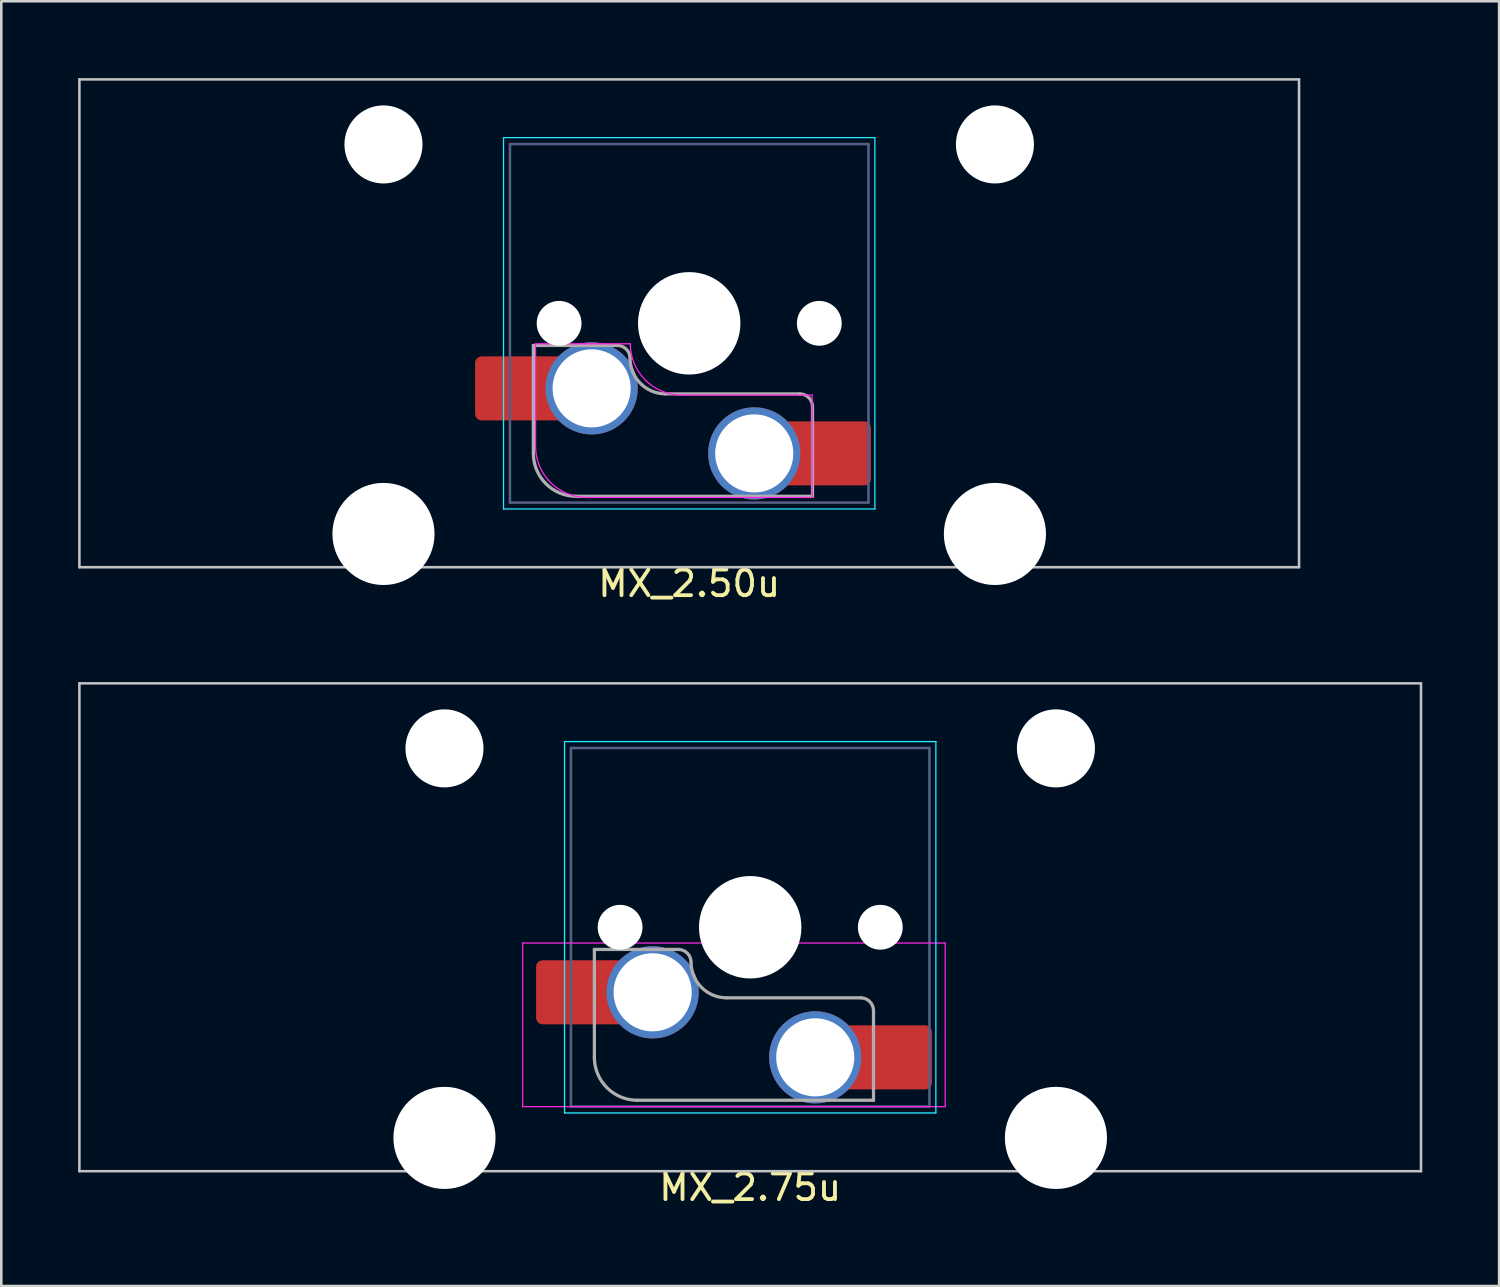
<source format=kicad_pcb>
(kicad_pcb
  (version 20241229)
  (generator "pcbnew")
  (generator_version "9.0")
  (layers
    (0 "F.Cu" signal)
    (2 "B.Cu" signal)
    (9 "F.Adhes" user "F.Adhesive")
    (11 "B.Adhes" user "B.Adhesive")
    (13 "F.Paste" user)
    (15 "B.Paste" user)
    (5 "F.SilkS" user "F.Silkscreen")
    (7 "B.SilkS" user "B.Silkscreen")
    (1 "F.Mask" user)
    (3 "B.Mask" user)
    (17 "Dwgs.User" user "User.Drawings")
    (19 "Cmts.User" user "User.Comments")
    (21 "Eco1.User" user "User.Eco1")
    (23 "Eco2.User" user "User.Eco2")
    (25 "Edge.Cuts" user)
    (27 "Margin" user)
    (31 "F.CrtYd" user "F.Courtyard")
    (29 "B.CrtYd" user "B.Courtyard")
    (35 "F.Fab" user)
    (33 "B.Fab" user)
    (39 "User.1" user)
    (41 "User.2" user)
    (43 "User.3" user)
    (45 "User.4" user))
  (footprint "MX_2.50u"
    (layer "F.Cu")
    (at 23.227 13.385)
    (property "Reference" "MX_2.50u" (at 0.635 6.35 0) (layer "F.SilkS") (effects (font (size 1 1) (thickness 0.15))))
    (attr smd)
    (fp_line (start -23.177 -13.335) (end -23.177 5.715) (stroke (width 0.1) (type solid)) (layer "Dwgs.User"))
    (fp_line (start -23.177 5.715) (end 24.448 5.715) (stroke (width 0.1) (type solid)) (layer "Dwgs.User"))
    (fp_line (start 24.448 -13.335) (end -23.177 -13.335) (stroke (width 0.1) (type solid)) (layer "Dwgs.User"))
    (fp_line (start 24.448 5.715) (end 24.448 -13.335) (stroke (width 0.1) (type solid)) (layer "Dwgs.User"))
    (fp_line (start -14.678 -9.34) (end -14.678 2.96) (stroke (width 0.1) (type solid)) (layer "Eco1.User"))
    (fp_line (start -14.678 2.96) (end -7.928 2.96) (stroke (width 0.1) (type solid)) (layer "Eco1.User"))
    (fp_line (start -7.928 -9.34) (end -14.678 -9.34) (stroke (width 0.1) (type solid)) (layer "Eco1.User"))
    (fp_line (start -7.928 2.96) (end -7.928 -9.34) (stroke (width 0.1) (type solid)) (layer "Eco1.User"))
    (fp_line (start 9.198 -9.34) (end 9.198 2.96) (stroke (width 0.1) (type solid)) (layer "Eco1.User"))
    (fp_line (start 9.198 2.96) (end 15.948 2.96) (stroke (width 0.1) (type solid)) (layer "Eco1.User"))
    (fp_line (start 15.948 -9.34) (end 9.198 -9.34) (stroke (width 0.1) (type solid)) (layer "Eco1.User"))
    (fp_line (start 15.948 2.96) (end 15.948 -9.34) (stroke (width 0.1) (type solid)) (layer "Eco1.User"))
    (fp_line (start -6.615 -11.06) (end -6.615 3.44) (stroke (width 0.05) (type solid)) (layer "B.CrtYd"))
    (fp_line (start -6.615 3.44) (end 7.885 3.44) (stroke (width 0.05) (type solid)) (layer "B.CrtYd"))
    (fp_line (start 7.885 -11.06) (end -6.615 -11.06) (stroke (width 0.05) (type solid)) (layer "B.CrtYd"))
    (fp_line (start 7.885 3.44) (end 7.885 -11.06) (stroke (width 0.05) (type solid)) (layer "B.CrtYd"))
    (fp_line (start -5.365 0.99) (end -5.365 -3.01) (stroke (width 0.05) (type solid)) (layer "F.CrtYd"))
    (fp_line (start -1.665 -3.01) (end -5.365 -3.01) (stroke (width 0.05) (type solid)) (layer "F.CrtYd"))
    (fp_line (start 5.435 -1.01) (end 0.335 -1.01) (stroke (width 0.05) (type solid)) (layer "F.CrtYd"))
    (fp_line (start 5.435 -1.01) (end 5.435 2.99) (stroke (width 0.05) (type solid)) (layer "F.CrtYd"))
    (fp_line (start 5.435 2.99) (end -3.365 2.99) (stroke (width 0.05) (type solid)) (layer "F.CrtYd"))
    (fp_arc (start -3.365 2.99) (mid -4.779214 2.404214) (end -5.365 0.99) (stroke (width 0.05) (type solid)) (layer "F.CrtYd"))
    (fp_arc (start 0.335 -1.01) (mid -1.079214 -1.595786) (end -1.665 -3.01) (stroke (width 0.05) (type solid)) (layer "F.CrtYd"))
    (fp_line (start -6.365 -10.81) (end -6.365 3.19) (stroke (width 0.1) (type solid)) (layer "B.Fab"))
    (fp_line (start -6.365 3.19) (end 7.635 3.19) (stroke (width 0.1) (type solid)) (layer "B.Fab"))
    (fp_line (start 7.635 -10.81) (end -6.365 -10.81) (stroke (width 0.1) (type solid)) (layer "B.Fab"))
    (fp_line (start 7.635 3.19) (end 7.635 -10.81) (stroke (width 0.1) (type solid)) (layer "B.Fab"))
    (fp_line (start -5.45 -2.945) (end -2.175 -2.945) (stroke (width 0.127) (type solid)) (layer "F.Fab"))
    (fp_line (start -5.45 1.27) (end -5.45 -2.945) (stroke (width 0.127) (type solid)) (layer "F.Fab"))
    (fp_line (start -0.285 -1.055) (end 4.95 -1.055) (stroke (width 0.127) (type solid)) (layer "F.Fab"))
    (fp_line (start 5.45 -0.555) (end 5.45 2.945) (stroke (width 0.127) (type solid)) (layer "F.Fab"))
    (fp_line (start 5.45 2.945) (end -3.775 2.945) (stroke (width 0.127) (type solid)) (layer "F.Fab"))
    (fp_arc (start -3.775 2.945) (mid -4.959404 2.454404) (end -5.45 1.27) (stroke (width 0.127) (type solid)) (layer "F.Fab"))
    (fp_arc (start -2.175 -2.945) (mid -1.821447 -2.798553) (end -1.675 -2.445) (stroke (width 0.127) (type solid)) (layer "F.Fab"))
    (fp_arc (start -0.285 -1.055) (mid -1.267878 -1.462122) (end -1.675 -2.445) (stroke (width 0.127) (type solid)) (layer "F.Fab"))
    (fp_arc (start 4.95 -1.055) (mid 5.303553 -0.908553) (end 5.45 -0.555) (stroke (width 0.127) (type solid)) (layer "F.Fab"))
    (pad "" np_thru_hole circle (at -11.303 -10.795) (size 3.048 3.048) (drill 3.048) (layers "*.Cu" "*.Mask"))
    (pad "" np_thru_hole circle (at -11.303 4.415) (size 3.988 3.988) (drill 3.988) (layers "*.Cu" "*.Mask"))
    (pad "" np_thru_hole circle (at -4.445 -3.81 180) (size 1.75 1.75) (drill 1.75) (layers "*.Cu" "*.Mask"))
    (pad "" np_thru_hole circle (at 0.635 -3.81 180) (size 4 4) (drill 4) (layers "*.Cu" "*.Mask"))
    (pad "" np_thru_hole circle (at 5.715 -3.81 180) (size 1.75 1.75) (drill 1.75) (layers "*.Cu" "*.Mask"))
    (pad "" np_thru_hole circle (at 12.573 -10.795) (size 3.048 3.048) (drill 3.048) (layers "*.Cu" "*.Mask"))
    (pad "" np_thru_hole circle (at 12.573 4.415) (size 3.988 3.988) (drill 3.988) (layers "*.Cu" "*.Mask"))
    (pad "1" smd roundrect (at -5.95 -1.27 180) (size 3.55 2.5) (layers "F.Cu") (roundrect_rratio 0.1))
    (pad "1" thru_hole circle (at -3.175 -1.27 180) (size 3.6 3.6) (drill 3.05) (layers "*.Cu" "*.Mask"))
    (pad "2" thru_hole circle (at 3.175 1.27 180) (size 3.6 3.6) (drill 3.05) (layers "*.Cu" "*.Mask"))
    (pad "2" smd roundrect (at 5.955 1.27 180) (size 3.55 2.5) (layers "F.Cu") (roundrect_rratio 0.1)))
  (footprint "MX_2.75u"
    (layer "F.Cu")
    (at 25.609 36.968)
    (property "Reference" "MX_2.75u" (at 0.635 6.35 0) (layer "F.SilkS") (effects (font (size 1 1) (thickness 0.15))))
    (attr smd)
    (fp_line (start -25.559 -13.335) (end -25.559 5.715) (stroke (width 0.1) (type solid)) (layer "Dwgs.User"))
    (fp_line (start -25.559 5.715) (end 26.829 5.715) (stroke (width 0.1) (type solid)) (layer "Dwgs.User"))
    (fp_line (start 26.829 -13.335) (end -25.559 -13.335) (stroke (width 0.1) (type solid)) (layer "Dwgs.User"))
    (fp_line (start 26.829 5.715) (end 26.829 -13.335) (stroke (width 0.1) (type solid)) (layer "Dwgs.User"))
    (fp_line (start -14.678 -9.34) (end -14.678 2.96) (stroke (width 0.1) (type solid)) (layer "Eco1.User"))
    (fp_line (start -14.678 2.96) (end -7.928 2.96) (stroke (width 0.1) (type solid)) (layer "Eco1.User"))
    (fp_line (start -7.928 -9.34) (end -14.678 -9.34) (stroke (width 0.1) (type solid)) (layer "Eco1.User"))
    (fp_line (start -7.928 2.96) (end -7.928 -9.34) (stroke (width 0.1) (type solid)) (layer "Eco1.User"))
    (fp_line (start 9.198 -9.34) (end 9.198 2.96) (stroke (width 0.1) (type solid)) (layer "Eco1.User"))
    (fp_line (start 9.198 2.96) (end 15.948 2.96) (stroke (width 0.1) (type solid)) (layer "Eco1.User"))
    (fp_line (start 15.948 -9.34) (end 9.198 -9.34) (stroke (width 0.1) (type solid)) (layer "Eco1.User"))
    (fp_line (start 15.948 2.96) (end 15.948 -9.34) (stroke (width 0.1) (type solid)) (layer "Eco1.User"))
    (fp_line (start -6.615 -11.06) (end -6.615 3.44) (stroke (width 0.05) (type solid)) (layer "B.CrtYd"))
    (fp_line (start -6.615 3.44) (end 7.885 3.44) (stroke (width 0.05) (type solid)) (layer "B.CrtYd"))
    (fp_line (start 7.885 -11.06) (end -6.615 -11.06) (stroke (width 0.05) (type solid)) (layer "B.CrtYd"))
    (fp_line (start 7.885 3.44) (end 7.885 -11.06) (stroke (width 0.05) (type solid)) (layer "B.CrtYd"))
    (fp_line (start -8.25 -3.195) (end 8.25 -3.195) (stroke (width 0.05) (type solid)) (layer "F.CrtYd"))
    (fp_line (start -8.25 3.195) (end -8.25 -3.195) (stroke (width 0.05) (type solid)) (layer "F.CrtYd"))
    (fp_line (start 8.25 -3.195) (end 8.25 3.195) (stroke (width 0.05) (type solid)) (layer "F.CrtYd"))
    (fp_line (start 8.25 3.195) (end -8.25 3.195) (stroke (width 0.05) (type solid)) (layer "F.CrtYd"))
    (fp_line (start -6.365 -10.81) (end -6.365 3.19) (stroke (width 0.1) (type solid)) (layer "B.Fab"))
    (fp_line (start -6.365 3.19) (end 7.635 3.19) (stroke (width 0.1) (type solid)) (layer "B.Fab"))
    (fp_line (start 7.635 -10.81) (end -6.365 -10.81) (stroke (width 0.1) (type solid)) (layer "B.Fab"))
    (fp_line (start 7.635 3.19) (end 7.635 -10.81) (stroke (width 0.1) (type solid)) (layer "B.Fab"))
    (fp_line (start -5.45 -2.945) (end -2.175 -2.945) (stroke (width 0.127) (type solid)) (layer "F.Fab"))
    (fp_line (start -5.45 1.27) (end -5.45 -2.945) (stroke (width 0.127) (type solid)) (layer "F.Fab"))
    (fp_line (start -0.285 -1.055) (end 4.95 -1.055) (stroke (width 0.127) (type solid)) (layer "F.Fab"))
    (fp_line (start 5.45 -0.555) (end 5.45 2.945) (stroke (width 0.127) (type solid)) (layer "F.Fab"))
    (fp_line (start 5.45 2.945) (end -3.775 2.945) (stroke (width 0.127) (type solid)) (layer "F.Fab"))
    (fp_arc (start -3.775 2.945) (mid -4.959404 2.454404) (end -5.45 1.27) (stroke (width 0.127) (type solid)) (layer "F.Fab"))
    (fp_arc (start -2.175 -2.945) (mid -1.821447 -2.798553) (end -1.675 -2.445) (stroke (width 0.127) (type solid)) (layer "F.Fab"))
    (fp_arc (start -0.285 -1.055) (mid -1.267878 -1.462122) (end -1.675 -2.445) (stroke (width 0.127) (type solid)) (layer "F.Fab"))
    (fp_arc (start 4.95 -1.055) (mid 5.303553 -0.908553) (end 5.45 -0.555) (stroke (width 0.127) (type solid)) (layer "F.Fab"))
    (pad "" np_thru_hole circle (at -11.303 -10.795) (size 3.048 3.048) (drill 3.048) (layers "*.Cu" "*.Mask"))
    (pad "" np_thru_hole circle (at -11.303 4.415) (size 3.988 3.988) (drill 3.988) (layers "*.Cu" "*.Mask"))
    (pad "" np_thru_hole circle (at -4.445 -3.81 180) (size 1.75 1.75) (drill 1.75) (layers "*.Cu" "*.Mask"))
    (pad "" np_thru_hole circle (at 0.635 -3.81 180) (size 4 4) (drill 4) (layers "*.Cu" "*.Mask"))
    (pad "" np_thru_hole circle (at 5.715 -3.81 180) (size 1.75 1.75) (drill 1.75) (layers "*.Cu" "*.Mask"))
    (pad "" np_thru_hole circle (at 12.573 -10.795) (size 3.048 3.048) (drill 3.048) (layers "*.Cu" "*.Mask"))
    (pad "" np_thru_hole circle (at 12.573 4.415) (size 3.988 3.988) (drill 3.988) (layers "*.Cu" "*.Mask"))
    (pad "1" smd roundrect (at -5.95 -1.27 180) (size 3.55 2.5) (layers "F.Cu") (roundrect_rratio 0.1))
    (pad "1" thru_hole circle (at -3.175 -1.27 180) (size 3.6 3.6) (drill 3.05) (layers "*.Cu" "*.Mask"))
    (pad "2" thru_hole circle (at 3.175 1.27 180) (size 3.6 3.6) (drill 3.05) (layers "*.Cu" "*.Mask"))
    (pad "2" smd roundrect (at 5.955 1.27 180) (size 3.55 2.5) (layers "F.Cu") (roundrect_rratio 0.1)))
  (gr_rect
    (start -3 -3)
    (end 55.487 47.166)
    (stroke (width 0.1) (type default))
    (fill no)
    (layer "Edge.Cuts")))
</source>
